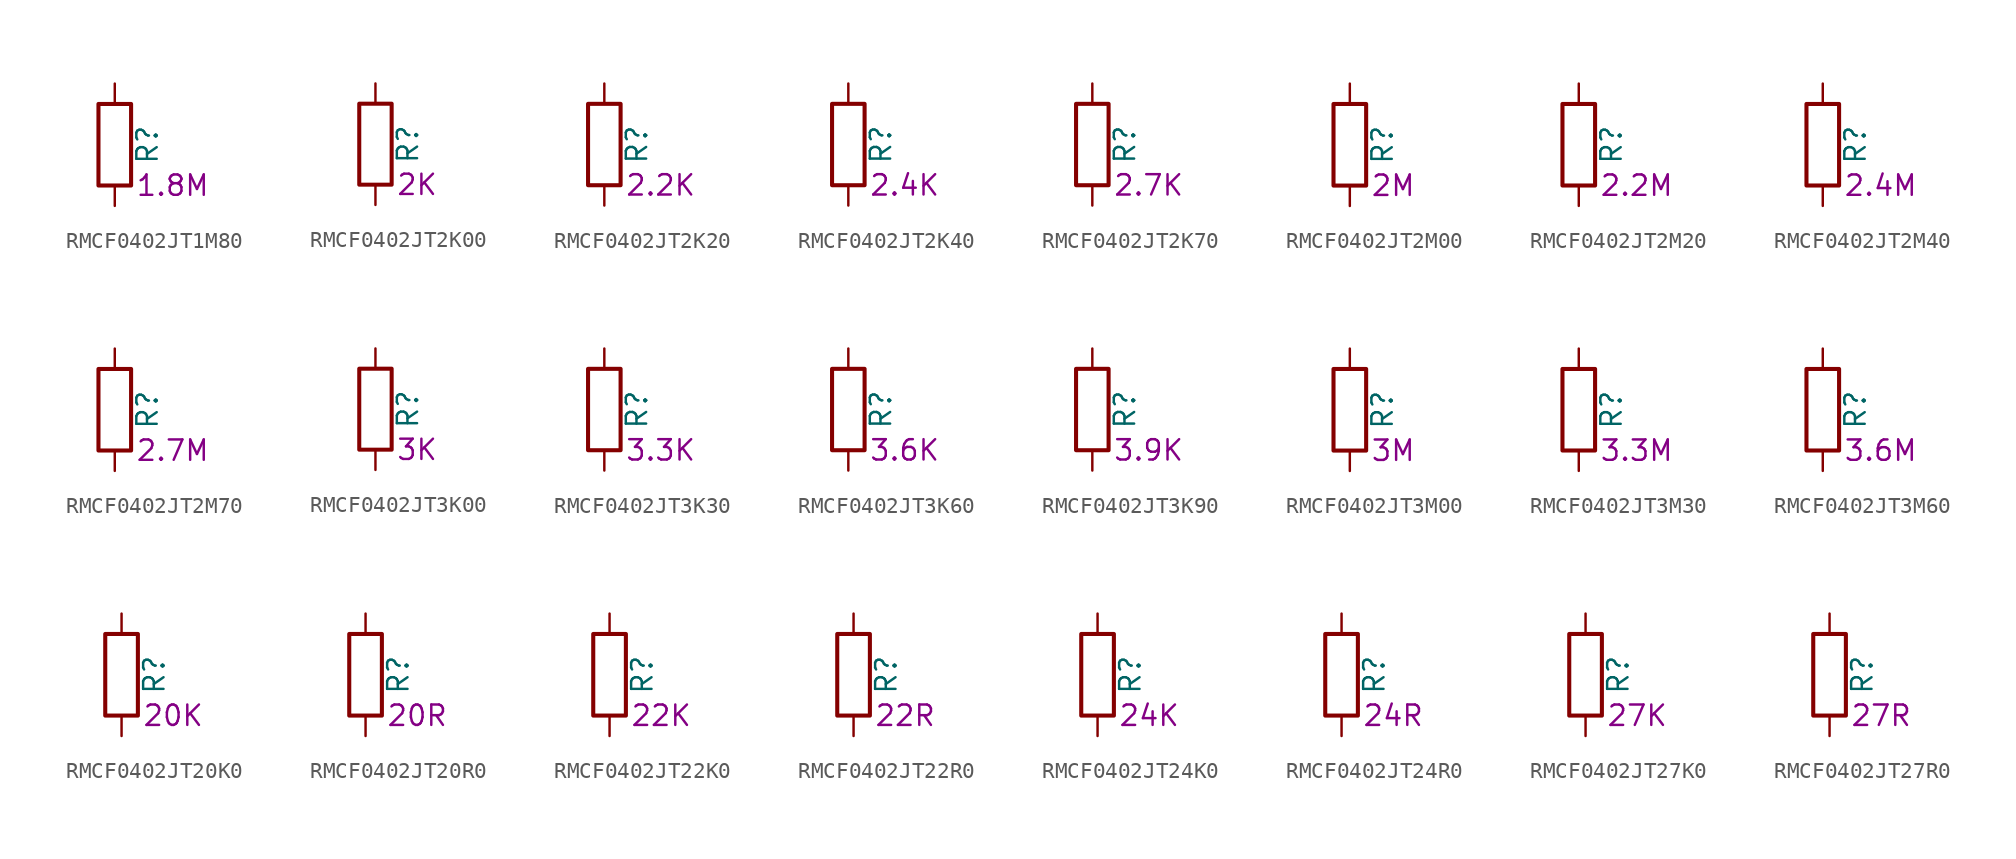
<source format=kicad_sym>
(kicad_symbol_lib
  (version 20220914)
  (generator kicad_symbol_editor)
  (symbol "RMCF0402JT1M80"
    (pin_numbers hide)
    (pin_names
      (offset 0))
    (property "Reference" "R"
      (at 2.032 0 90)
      (effects (font (size 1.27 1.27))))
    (property "Resistance" "1.8M"
      (at 1.27 -2.54 0)
      (effects (font (size 1.27 1.27)) (justify left)))
    (symbol "RMCF0402JT1M80_0_1"
      (rectangle (start -1.016 -2.54) (end 1.016 2.54) (stroke (width 0.254) (type default)) (fill (type none))))
    (symbol "RMCF0402JT1M80_1_1"
      (pin passive line (at 0 3.81 270) (length 1.27) (name "~" (effects (font (size 1.27 1.27)))) (number "1" (effects (font (size 1.27 1.27)))))
      (pin passive line (at 0 -3.81 90) (length 1.27) (name "~" (effects (font (size 1.27 1.27)))) (number "2" (effects (font (size 1.27 1.27)))))))
  (symbol "RMCF0402JT2K00"
    (pin_numbers hide)
    (pin_names
      (offset 0))
    (property "Reference" "R"
      (at 2.032 0 90)
      (effects (font (size 1.27 1.27))))
    (property "Resistance" "2K"
      (at 1.27 -2.54 0)
      (effects (font (size 1.27 1.27)) (justify left)))
    (symbol "RMCF0402JT2K00_0_1"
      (rectangle (start -1.016 -2.54) (end 1.016 2.54) (stroke (width 0.254) (type default)) (fill (type none))))
    (symbol "RMCF0402JT2K00_1_1"
      (pin passive line (at 0 3.81 270) (length 1.27) (name "~" (effects (font (size 1.27 1.27)))) (number "1" (effects (font (size 1.27 1.27)))))
      (pin passive line (at 0 -3.81 90) (length 1.27) (name "~" (effects (font (size 1.27 1.27)))) (number "2" (effects (font (size 1.27 1.27)))))))
  (symbol "RMCF0402JT2K20"
    (pin_numbers hide)
    (pin_names
      (offset 0))
    (property "Reference" "R"
      (at 2.032 0 90)
      (effects (font (size 1.27 1.27))))
    (property "Resistance" "2.2K"
      (at 1.27 -2.54 0)
      (effects (font (size 1.27 1.27)) (justify left)))
    (symbol "RMCF0402JT2K20_0_1"
      (rectangle (start -1.016 -2.54) (end 1.016 2.54) (stroke (width 0.254) (type default)) (fill (type none))))
    (symbol "RMCF0402JT2K20_1_1"
      (pin passive line (at 0 3.81 270) (length 1.27) (name "~" (effects (font (size 1.27 1.27)))) (number "1" (effects (font (size 1.27 1.27)))))
      (pin passive line (at 0 -3.81 90) (length 1.27) (name "~" (effects (font (size 1.27 1.27)))) (number "2" (effects (font (size 1.27 1.27)))))))
  (symbol "RMCF0402JT2K40"
    (pin_numbers hide)
    (pin_names
      (offset 0))
    (property "Reference" "R"
      (at 2.032 0 90)
      (effects (font (size 1.27 1.27))))
    (property "Resistance" "2.4K"
      (at 1.27 -2.54 0)
      (effects (font (size 1.27 1.27)) (justify left)))
    (symbol "RMCF0402JT2K40_0_1"
      (rectangle (start -1.016 -2.54) (end 1.016 2.54) (stroke (width 0.254) (type default)) (fill (type none))))
    (symbol "RMCF0402JT2K40_1_1"
      (pin passive line (at 0 3.81 270) (length 1.27) (name "~" (effects (font (size 1.27 1.27)))) (number "1" (effects (font (size 1.27 1.27)))))
      (pin passive line (at 0 -3.81 90) (length 1.27) (name "~" (effects (font (size 1.27 1.27)))) (number "2" (effects (font (size 1.27 1.27)))))))
  (symbol "RMCF0402JT2K70"
    (pin_numbers hide)
    (pin_names
      (offset 0))
    (property "Reference" "R"
      (at 2.032 0 90)
      (effects (font (size 1.27 1.27))))
    (property "Resistance" "2.7K"
      (at 1.27 -2.54 0)
      (effects (font (size 1.27 1.27)) (justify left)))
    (symbol "RMCF0402JT2K70_0_1"
      (rectangle (start -1.016 -2.54) (end 1.016 2.54) (stroke (width 0.254) (type default)) (fill (type none))))
    (symbol "RMCF0402JT2K70_1_1"
      (pin passive line (at 0 3.81 270) (length 1.27) (name "~" (effects (font (size 1.27 1.27)))) (number "1" (effects (font (size 1.27 1.27)))))
      (pin passive line (at 0 -3.81 90) (length 1.27) (name "~" (effects (font (size 1.27 1.27)))) (number "2" (effects (font (size 1.27 1.27)))))))
  (symbol "RMCF0402JT2M00"
    (pin_numbers hide)
    (pin_names
      (offset 0))
    (property "Reference" "R"
      (at 2.032 0 90)
      (effects (font (size 1.27 1.27))))
    (property "Resistance" "2M"
      (at 1.27 -2.54 0)
      (effects (font (size 1.27 1.27)) (justify left)))
    (symbol "RMCF0402JT2M00_0_1"
      (rectangle (start -1.016 -2.54) (end 1.016 2.54) (stroke (width 0.254) (type default)) (fill (type none))))
    (symbol "RMCF0402JT2M00_1_1"
      (pin passive line (at 0 3.81 270) (length 1.27) (name "~" (effects (font (size 1.27 1.27)))) (number "1" (effects (font (size 1.27 1.27)))))
      (pin passive line (at 0 -3.81 90) (length 1.27) (name "~" (effects (font (size 1.27 1.27)))) (number "2" (effects (font (size 1.27 1.27)))))))
  (symbol "RMCF0402JT2M20"
    (pin_numbers hide)
    (pin_names
      (offset 0))
    (property "Reference" "R"
      (at 2.032 0 90)
      (effects (font (size 1.27 1.27))))
    (property "Resistance" "2.2M"
      (at 1.27 -2.54 0)
      (effects (font (size 1.27 1.27)) (justify left)))
    (symbol "RMCF0402JT2M20_0_1"
      (rectangle (start -1.016 -2.54) (end 1.016 2.54) (stroke (width 0.254) (type default)) (fill (type none))))
    (symbol "RMCF0402JT2M20_1_1"
      (pin passive line (at 0 3.81 270) (length 1.27) (name "~" (effects (font (size 1.27 1.27)))) (number "1" (effects (font (size 1.27 1.27)))))
      (pin passive line (at 0 -3.81 90) (length 1.27) (name "~" (effects (font (size 1.27 1.27)))) (number "2" (effects (font (size 1.27 1.27)))))))
  (symbol "RMCF0402JT2M40"
    (pin_numbers hide)
    (pin_names
      (offset 0))
    (property "Reference" "R"
      (at 2.032 0 90)
      (effects (font (size 1.27 1.27))))
    (property "Resistance" "2.4M"
      (at 1.27 -2.54 0)
      (effects (font (size 1.27 1.27)) (justify left)))
    (symbol "RMCF0402JT2M40_0_1"
      (rectangle (start -1.016 -2.54) (end 1.016 2.54) (stroke (width 0.254) (type default)) (fill (type none))))
    (symbol "RMCF0402JT2M40_1_1"
      (pin passive line (at 0 3.81 270) (length 1.27) (name "~" (effects (font (size 1.27 1.27)))) (number "1" (effects (font (size 1.27 1.27)))))
      (pin passive line (at 0 -3.81 90) (length 1.27) (name "~" (effects (font (size 1.27 1.27)))) (number "2" (effects (font (size 1.27 1.27)))))))
  (symbol "RMCF0402JT2M70"
    (pin_numbers hide)
    (pin_names
      (offset 0))
    (property "Reference" "R"
      (at 2.032 0 90)
      (effects (font (size 1.27 1.27))))
    (property "Resistance" "2.7M"
      (at 1.27 -2.54 0)
      (effects (font (size 1.27 1.27)) (justify left)))
    (symbol "RMCF0402JT2M70_0_1"
      (rectangle (start -1.016 -2.54) (end 1.016 2.54) (stroke (width 0.254) (type default)) (fill (type none))))
    (symbol "RMCF0402JT2M70_1_1"
      (pin passive line (at 0 3.81 270) (length 1.27) (name "~" (effects (font (size 1.27 1.27)))) (number "1" (effects (font (size 1.27 1.27)))))
      (pin passive line (at 0 -3.81 90) (length 1.27) (name "~" (effects (font (size 1.27 1.27)))) (number "2" (effects (font (size 1.27 1.27)))))))
  (symbol "RMCF0402JT3K00"
    (pin_numbers hide)
    (pin_names
      (offset 0))
    (property "Reference" "R"
      (at 2.032 0 90)
      (effects (font (size 1.27 1.27))))
    (property "Resistance" "3K"
      (at 1.27 -2.54 0)
      (effects (font (size 1.27 1.27)) (justify left)))
    (symbol "RMCF0402JT3K00_0_1"
      (rectangle (start -1.016 -2.54) (end 1.016 2.54) (stroke (width 0.254) (type default)) (fill (type none))))
    (symbol "RMCF0402JT3K00_1_1"
      (pin passive line (at 0 3.81 270) (length 1.27) (name "~" (effects (font (size 1.27 1.27)))) (number "1" (effects (font (size 1.27 1.27)))))
      (pin passive line (at 0 -3.81 90) (length 1.27) (name "~" (effects (font (size 1.27 1.27)))) (number "2" (effects (font (size 1.27 1.27)))))))
  (symbol "RMCF0402JT3K30"
    (pin_numbers hide)
    (pin_names
      (offset 0))
    (property "Reference" "R"
      (at 2.032 0 90)
      (effects (font (size 1.27 1.27))))
    (property "Resistance" "3.3K"
      (at 1.27 -2.54 0)
      (effects (font (size 1.27 1.27)) (justify left)))
    (symbol "RMCF0402JT3K30_0_1"
      (rectangle (start -1.016 -2.54) (end 1.016 2.54) (stroke (width 0.254) (type default)) (fill (type none))))
    (symbol "RMCF0402JT3K30_1_1"
      (pin passive line (at 0 3.81 270) (length 1.27) (name "~" (effects (font (size 1.27 1.27)))) (number "1" (effects (font (size 1.27 1.27)))))
      (pin passive line (at 0 -3.81 90) (length 1.27) (name "~" (effects (font (size 1.27 1.27)))) (number "2" (effects (font (size 1.27 1.27)))))))
  (symbol "RMCF0402JT3K60"
    (pin_numbers hide)
    (pin_names
      (offset 0))
    (property "Reference" "R"
      (at 2.032 0 90)
      (effects (font (size 1.27 1.27))))
    (property "Resistance" "3.6K"
      (at 1.27 -2.54 0)
      (effects (font (size 1.27 1.27)) (justify left)))
    (symbol "RMCF0402JT3K60_0_1"
      (rectangle (start -1.016 -2.54) (end 1.016 2.54) (stroke (width 0.254) (type default)) (fill (type none))))
    (symbol "RMCF0402JT3K60_1_1"
      (pin passive line (at 0 3.81 270) (length 1.27) (name "~" (effects (font (size 1.27 1.27)))) (number "1" (effects (font (size 1.27 1.27)))))
      (pin passive line (at 0 -3.81 90) (length 1.27) (name "~" (effects (font (size 1.27 1.27)))) (number "2" (effects (font (size 1.27 1.27)))))))
  (symbol "RMCF0402JT3K90"
    (pin_numbers hide)
    (pin_names
      (offset 0))
    (property "Reference" "R"
      (at 2.032 0 90)
      (effects (font (size 1.27 1.27))))
    (property "Resistance" "3.9K"
      (at 1.27 -2.54 0)
      (effects (font (size 1.27 1.27)) (justify left)))
    (symbol "RMCF0402JT3K90_0_1"
      (rectangle (start -1.016 -2.54) (end 1.016 2.54) (stroke (width 0.254) (type default)) (fill (type none))))
    (symbol "RMCF0402JT3K90_1_1"
      (pin passive line (at 0 3.81 270) (length 1.27) (name "~" (effects (font (size 1.27 1.27)))) (number "1" (effects (font (size 1.27 1.27)))))
      (pin passive line (at 0 -3.81 90) (length 1.27) (name "~" (effects (font (size 1.27 1.27)))) (number "2" (effects (font (size 1.27 1.27)))))))
  (symbol "RMCF0402JT3M00"
    (pin_numbers hide)
    (pin_names
      (offset 0))
    (property "Reference" "R"
      (at 2.032 0 90)
      (effects (font (size 1.27 1.27))))
    (property "Resistance" "3M"
      (at 1.27 -2.54 0)
      (effects (font (size 1.27 1.27)) (justify left)))
    (symbol "RMCF0402JT3M00_0_1"
      (rectangle (start -1.016 -2.54) (end 1.016 2.54) (stroke (width 0.254) (type default)) (fill (type none))))
    (symbol "RMCF0402JT3M00_1_1"
      (pin passive line (at 0 3.81 270) (length 1.27) (name "~" (effects (font (size 1.27 1.27)))) (number "1" (effects (font (size 1.27 1.27)))))
      (pin passive line (at 0 -3.81 90) (length 1.27) (name "~" (effects (font (size 1.27 1.27)))) (number "2" (effects (font (size 1.27 1.27)))))))
  (symbol "RMCF0402JT3M30"
    (pin_numbers hide)
    (pin_names
      (offset 0))
    (property "Reference" "R"
      (at 2.032 0 90)
      (effects (font (size 1.27 1.27))))
    (property "Resistance" "3.3M"
      (at 1.27 -2.54 0)
      (effects (font (size 1.27 1.27)) (justify left)))
    (symbol "RMCF0402JT3M30_0_1"
      (rectangle (start -1.016 -2.54) (end 1.016 2.54) (stroke (width 0.254) (type default)) (fill (type none))))
    (symbol "RMCF0402JT3M30_1_1"
      (pin passive line (at 0 3.81 270) (length 1.27) (name "~" (effects (font (size 1.27 1.27)))) (number "1" (effects (font (size 1.27 1.27)))))
      (pin passive line (at 0 -3.81 90) (length 1.27) (name "~" (effects (font (size 1.27 1.27)))) (number "2" (effects (font (size 1.27 1.27)))))))
  (symbol "RMCF0402JT3M60"
    (pin_numbers hide)
    (pin_names
      (offset 0))
    (property "Reference" "R"
      (at 2.032 0 90)
      (effects (font (size 1.27 1.27))))
    (property "Resistance" "3.6M"
      (at 1.27 -2.54 0)
      (effects (font (size 1.27 1.27)) (justify left)))
    (symbol "RMCF0402JT3M60_0_1"
      (rectangle (start -1.016 -2.54) (end 1.016 2.54) (stroke (width 0.254) (type default)) (fill (type none))))
    (symbol "RMCF0402JT3M60_1_1"
      (pin passive line (at 0 3.81 270) (length 1.27) (name "~" (effects (font (size 1.27 1.27)))) (number "1" (effects (font (size 1.27 1.27)))))
      (pin passive line (at 0 -3.81 90) (length 1.27) (name "~" (effects (font (size 1.27 1.27)))) (number "2" (effects (font (size 1.27 1.27)))))))
  (symbol "RMCF0402JT20K0"
    (pin_numbers hide)
    (pin_names
      (offset 0))
    (property "Reference" "R"
      (at 2.032 0 90)
      (effects (font (size 1.27 1.27))))
    (property "Resistance" "20K"
      (at 1.27 -2.54 0)
      (effects (font (size 1.27 1.27)) (justify left)))
    (symbol "RMCF0402JT20K0_0_1"
      (rectangle (start -1.016 -2.54) (end 1.016 2.54) (stroke (width 0.254) (type default)) (fill (type none))))
    (symbol "RMCF0402JT20K0_1_1"
      (pin passive line (at 0 3.81 270) (length 1.27) (name "~" (effects (font (size 1.27 1.27)))) (number "1" (effects (font (size 1.27 1.27)))))
      (pin passive line (at 0 -3.81 90) (length 1.27) (name "~" (effects (font (size 1.27 1.27)))) (number "2" (effects (font (size 1.27 1.27)))))))
  (symbol "RMCF0402JT20R0"
    (pin_numbers hide)
    (pin_names
      (offset 0))
    (property "Reference" "R"
      (at 2.032 0 90)
      (effects (font (size 1.27 1.27))))
    (property "Resistance" "20R"
      (at 1.27 -2.54 0)
      (effects (font (size 1.27 1.27)) (justify left)))
    (symbol "RMCF0402JT20R0_0_1"
      (rectangle (start -1.016 -2.54) (end 1.016 2.54) (stroke (width 0.254) (type default)) (fill (type none))))
    (symbol "RMCF0402JT20R0_1_1"
      (pin passive line (at 0 3.81 270) (length 1.27) (name "~" (effects (font (size 1.27 1.27)))) (number "1" (effects (font (size 1.27 1.27)))))
      (pin passive line (at 0 -3.81 90) (length 1.27) (name "~" (effects (font (size 1.27 1.27)))) (number "2" (effects (font (size 1.27 1.27)))))))
  (symbol "RMCF0402JT22K0"
    (pin_numbers hide)
    (pin_names
      (offset 0))
    (property "Reference" "R"
      (at 2.032 0 90)
      (effects (font (size 1.27 1.27))))
    (property "Resistance" "22K"
      (at 1.27 -2.54 0)
      (effects (font (size 1.27 1.27)) (justify left)))
    (symbol "RMCF0402JT22K0_0_1"
      (rectangle (start -1.016 -2.54) (end 1.016 2.54) (stroke (width 0.254) (type default)) (fill (type none))))
    (symbol "RMCF0402JT22K0_1_1"
      (pin passive line (at 0 3.81 270) (length 1.27) (name "~" (effects (font (size 1.27 1.27)))) (number "1" (effects (font (size 1.27 1.27)))))
      (pin passive line (at 0 -3.81 90) (length 1.27) (name "~" (effects (font (size 1.27 1.27)))) (number "2" (effects (font (size 1.27 1.27)))))))
  (symbol "RMCF0402JT22R0"
    (pin_numbers hide)
    (pin_names
      (offset 0))
    (property "Reference" "R"
      (at 2.032 0 90)
      (effects (font (size 1.27 1.27))))
    (property "Resistance" "22R"
      (at 1.27 -2.54 0)
      (effects (font (size 1.27 1.27)) (justify left)))
    (symbol "RMCF0402JT22R0_0_1"
      (rectangle (start -1.016 -2.54) (end 1.016 2.54) (stroke (width 0.254) (type default)) (fill (type none))))
    (symbol "RMCF0402JT22R0_1_1"
      (pin passive line (at 0 3.81 270) (length 1.27) (name "~" (effects (font (size 1.27 1.27)))) (number "1" (effects (font (size 1.27 1.27)))))
      (pin passive line (at 0 -3.81 90) (length 1.27) (name "~" (effects (font (size 1.27 1.27)))) (number "2" (effects (font (size 1.27 1.27)))))))
  (symbol "RMCF0402JT24K0"
    (pin_numbers hide)
    (pin_names
      (offset 0))
    (property "Reference" "R"
      (at 2.032 0 90)
      (effects (font (size 1.27 1.27))))
    (property "Resistance" "24K"
      (at 1.27 -2.54 0)
      (effects (font (size 1.27 1.27)) (justify left)))
    (symbol "RMCF0402JT24K0_0_1"
      (rectangle (start -1.016 -2.54) (end 1.016 2.54) (stroke (width 0.254) (type default)) (fill (type none))))
    (symbol "RMCF0402JT24K0_1_1"
      (pin passive line (at 0 3.81 270) (length 1.27) (name "~" (effects (font (size 1.27 1.27)))) (number "1" (effects (font (size 1.27 1.27)))))
      (pin passive line (at 0 -3.81 90) (length 1.27) (name "~" (effects (font (size 1.27 1.27)))) (number "2" (effects (font (size 1.27 1.27)))))))
  (symbol "RMCF0402JT24R0"
    (pin_numbers hide)
    (pin_names
      (offset 0))
    (property "Reference" "R"
      (at 2.032 0 90)
      (effects (font (size 1.27 1.27))))
    (property "Resistance" "24R"
      (at 1.27 -2.54 0)
      (effects (font (size 1.27 1.27)) (justify left)))
    (symbol "RMCF0402JT24R0_0_1"
      (rectangle (start -1.016 -2.54) (end 1.016 2.54) (stroke (width 0.254) (type default)) (fill (type none))))
    (symbol "RMCF0402JT24R0_1_1"
      (pin passive line (at 0 3.81 270) (length 1.27) (name "~" (effects (font (size 1.27 1.27)))) (number "1" (effects (font (size 1.27 1.27)))))
      (pin passive line (at 0 -3.81 90) (length 1.27) (name "~" (effects (font (size 1.27 1.27)))) (number "2" (effects (font (size 1.27 1.27)))))))
  (symbol "RMCF0402JT27K0"
    (pin_numbers hide)
    (pin_names
      (offset 0))
    (property "Reference" "R"
      (at 2.032 0 90)
      (effects (font (size 1.27 1.27))))
    (property "Resistance" "27K"
      (at 1.27 -2.54 0)
      (effects (font (size 1.27 1.27)) (justify left)))
    (symbol "RMCF0402JT27K0_0_1"
      (rectangle (start -1.016 -2.54) (end 1.016 2.54) (stroke (width 0.254) (type default)) (fill (type none))))
    (symbol "RMCF0402JT27K0_1_1"
      (pin passive line (at 0 3.81 270) (length 1.27) (name "~" (effects (font (size 1.27 1.27)))) (number "1" (effects (font (size 1.27 1.27)))))
      (pin passive line (at 0 -3.81 90) (length 1.27) (name "~" (effects (font (size 1.27 1.27)))) (number "2" (effects (font (size 1.27 1.27)))))))
  (symbol "RMCF0402JT27R0"
    (pin_numbers hide)
    (pin_names
      (offset 0))
    (property "Reference" "R"
      (at 2.032 0 90)
      (effects (font (size 1.27 1.27))))
    (property "Resistance" "27R"
      (at 1.27 -2.54 0)
      (effects (font (size 1.27 1.27)) (justify left)))
    (symbol "RMCF0402JT27R0_0_1"
      (rectangle (start -1.016 -2.54) (end 1.016 2.54) (stroke (width 0.254) (type default)) (fill (type none))))
    (symbol "RMCF0402JT27R0_1_1"
      (pin passive line (at 0 3.81 270) (length 1.27) (name "~" (effects (font (size 1.27 1.27)))) (number "1" (effects (font (size 1.27 1.27)))))
      (pin passive line (at 0 -3.81 90) (length 1.27) (name "~" (effects (font (size 1.27 1.27)))) (number "2" (effects (font (size 1.27 1.27))))))))
</source>
